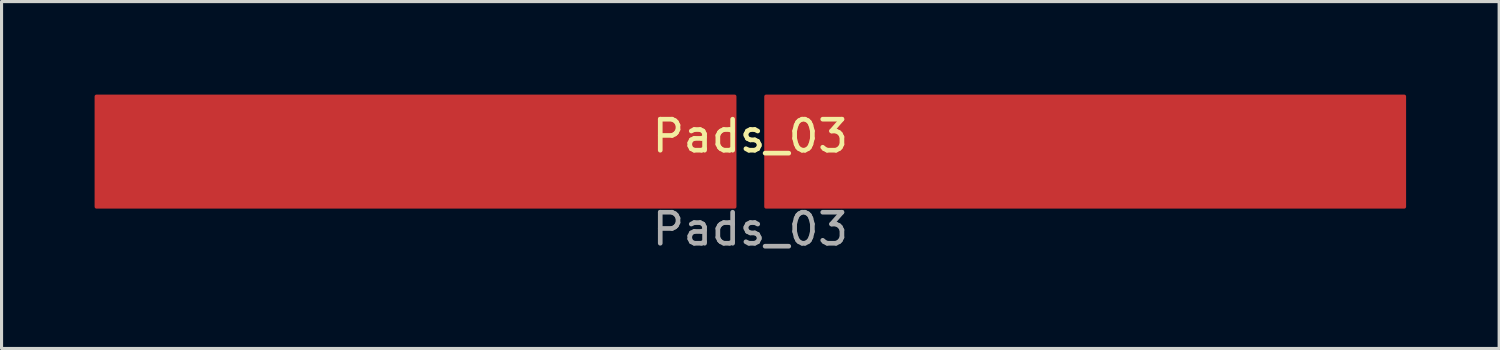
<source format=kicad_pcb>
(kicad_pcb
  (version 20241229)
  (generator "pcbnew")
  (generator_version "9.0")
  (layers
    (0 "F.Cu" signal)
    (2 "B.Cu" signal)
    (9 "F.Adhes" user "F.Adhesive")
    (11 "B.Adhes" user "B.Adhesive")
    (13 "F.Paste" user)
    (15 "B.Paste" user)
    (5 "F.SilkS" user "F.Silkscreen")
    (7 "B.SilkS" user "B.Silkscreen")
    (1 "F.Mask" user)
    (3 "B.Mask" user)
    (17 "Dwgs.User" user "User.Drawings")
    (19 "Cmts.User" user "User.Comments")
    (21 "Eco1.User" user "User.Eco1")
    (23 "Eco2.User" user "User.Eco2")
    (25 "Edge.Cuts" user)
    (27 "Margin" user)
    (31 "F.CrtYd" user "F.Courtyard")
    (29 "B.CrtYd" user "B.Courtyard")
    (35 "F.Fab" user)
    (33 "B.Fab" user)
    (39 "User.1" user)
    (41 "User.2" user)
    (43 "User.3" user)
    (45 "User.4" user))
  (footprint "Pads_03"
    (layer "F.Cu")
    (at 21.142 1.838)
    (property "Reference" "Pads_03" (at 0 -0.5 0) (unlocked yes) (layer "F.SilkS") (effects (font (size 1 1) (thickness 0.15))))
    (fp_rect (start -21.082 -1.778) (end -0.508 1.778) (stroke (width 0.12) (type solid)) (fill yes) (layer "F.Cu"))
    (fp_rect (start 0.508 -1.778) (end 21.082 1.778) (stroke (width 0.12) (type solid)) (fill yes) (layer "F.Cu"))
    (fp_text user "${REFERENCE}" (at 0 2.5 0) (unlocked yes) (layer "F.Fab") (effects (font (size 1 1) (thickness 0.15)))))
  (gr_rect
    (start -3 -3)
    (end 45.284 8.186)
    (stroke (width 0.1) (type default))
    (fill no)
    (layer "Edge.Cuts")))
</source>
